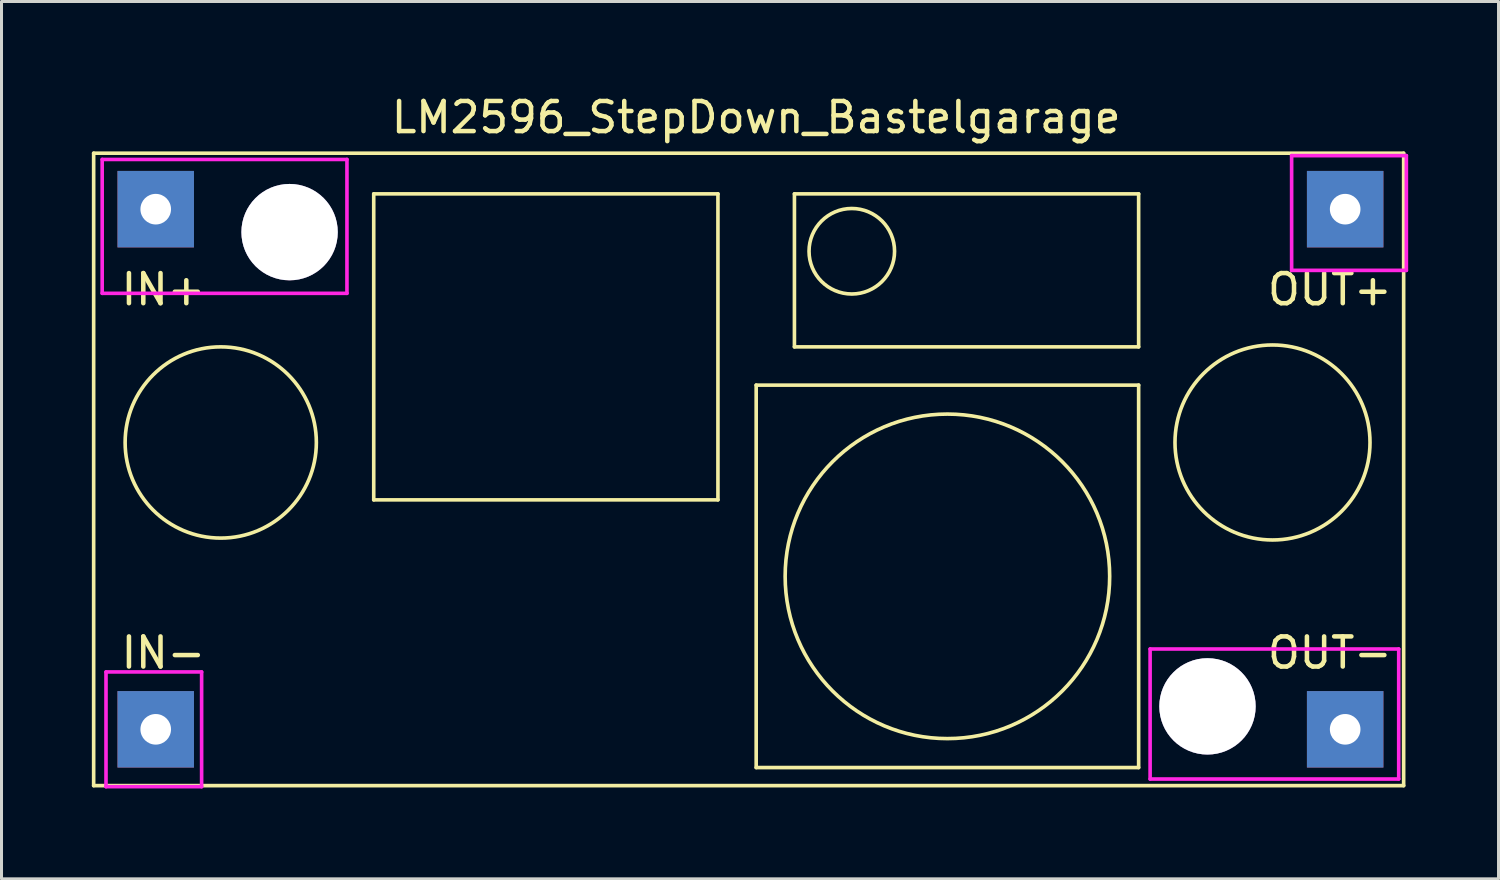
<source format=kicad_pcb>
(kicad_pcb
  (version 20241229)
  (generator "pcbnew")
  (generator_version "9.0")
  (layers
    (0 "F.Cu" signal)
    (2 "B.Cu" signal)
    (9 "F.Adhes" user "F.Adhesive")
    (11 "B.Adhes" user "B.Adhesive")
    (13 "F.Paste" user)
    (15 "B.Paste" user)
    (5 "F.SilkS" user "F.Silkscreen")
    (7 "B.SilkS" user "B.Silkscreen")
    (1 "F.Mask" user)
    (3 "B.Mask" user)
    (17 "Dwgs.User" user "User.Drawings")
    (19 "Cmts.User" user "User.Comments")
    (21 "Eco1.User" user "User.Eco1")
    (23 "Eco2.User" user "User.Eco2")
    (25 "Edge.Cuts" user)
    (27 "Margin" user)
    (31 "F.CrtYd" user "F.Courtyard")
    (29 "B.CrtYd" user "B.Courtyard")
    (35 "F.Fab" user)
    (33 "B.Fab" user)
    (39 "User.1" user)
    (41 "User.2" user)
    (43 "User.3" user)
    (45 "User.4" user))
  (footprint "LM2596_StepDown_Bastelgarage"
    (layer "F.Cu")
    (at 22.06 12.278)
    (property "Reference" "LM2596_StepDown_Bastelgarage" (at 0 -11.43 0) (layer "F.SilkS") (effects (font (size 1 1) (thickness 0.15))))
    (attr through_hole)
    (fp_line (start -22 -10.24) (end 21.5 -10.24) (stroke (width 0.12) (type solid)) (layer "F.SilkS"))
    (fp_line (start -22 10.76) (end -22 -10.24) (stroke (width 0.12) (type solid)) (layer "F.SilkS"))
    (fp_line (start -12.7 -8.89) (end -1.27 -8.89) (stroke (width 0.12) (type solid)) (layer "F.SilkS"))
    (fp_line (start -12.7 1.27) (end -12.7 -8.89) (stroke (width 0.12) (type solid)) (layer "F.SilkS"))
    (fp_line (start -1.27 -8.89) (end -1.27 1.27) (stroke (width 0.12) (type solid)) (layer "F.SilkS"))
    (fp_line (start -1.27 1.27) (end -12.7 1.27) (stroke (width 0.12) (type solid)) (layer "F.SilkS"))
    (fp_line (start 0 -2.54) (end 0 10.16) (stroke (width 0.12) (type solid)) (layer "F.SilkS"))
    (fp_line (start 0 -2.54) (end 12.7 -2.54) (stroke (width 0.12) (type solid)) (layer "F.SilkS"))
    (fp_line (start 0 10.16) (end 12.7 10.16) (stroke (width 0.12) (type solid)) (layer "F.SilkS"))
    (fp_line (start 1.27 -8.89) (end 12.7 -8.89) (stroke (width 0.12) (type solid)) (layer "F.SilkS"))
    (fp_line (start 1.27 -3.81) (end 1.27 -8.89) (stroke (width 0.12) (type solid)) (layer "F.SilkS"))
    (fp_line (start 12.7 -8.89) (end 12.7 -3.81) (stroke (width 0.12) (type solid)) (layer "F.SilkS"))
    (fp_line (start 12.7 -3.81) (end 1.27 -3.81) (stroke (width 0.12) (type solid)) (layer "F.SilkS"))
    (fp_line (start 12.7 10.16) (end 12.7 -2.54) (stroke (width 0.12) (type solid)) (layer "F.SilkS"))
    (fp_line (start 21.5 -10.24) (end 21.5 10.76) (stroke (width 0.12) (type solid)) (layer "F.SilkS"))
    (fp_line (start 21.5 10.76) (end -22 10.76) (stroke (width 0.12) (type solid)) (layer "F.SilkS"))
    (fp_circle (center -17.78 -0.635) (end -15.24 -2.54) (stroke (width 0.12) (type solid)) (fill no) (layer "F.SilkS"))
    (fp_circle (center 3.175 -6.985) (end 1.905 -7.62) (stroke (width 0.12) (type solid)) (fill no) (layer "F.SilkS"))
    (fp_circle (center 6.35 3.81) (end 10.16 0) (stroke (width 0.12) (type solid)) (fill no) (layer "F.SilkS"))
    (fp_circle (center 17.145 -0.635) (end 16.51 -3.81) (stroke (width 0.12) (type solid)) (fill no) (layer "F.SilkS"))
    (fp_line (start -21.717 -10.033) (end -13.589 -10.033) (stroke (width 0.12) (type solid)) (layer "F.CrtYd"))
    (fp_line (start -21.717 -5.588) (end -21.717 -10.033) (stroke (width 0.12) (type solid)) (layer "F.CrtYd"))
    (fp_line (start -21.59 6.985) (end -18.415 6.985) (stroke (width 0.12) (type solid)) (layer "F.CrtYd"))
    (fp_line (start -21.59 10.795) (end -21.59 6.985) (stroke (width 0.12) (type solid)) (layer "F.CrtYd"))
    (fp_line (start -18.415 6.985) (end -18.415 10.795) (stroke (width 0.12) (type solid)) (layer "F.CrtYd"))
    (fp_line (start -18.415 10.795) (end -21.59 10.795) (stroke (width 0.12) (type solid)) (layer "F.CrtYd"))
    (fp_line (start -13.589 -10.033) (end -13.589 -5.588) (stroke (width 0.12) (type solid)) (layer "F.CrtYd"))
    (fp_line (start -13.589 -5.588) (end -21.717 -5.588) (stroke (width 0.12) (type solid)) (layer "F.CrtYd"))
    (fp_line (start 13.081 6.223) (end 21.336 6.223) (stroke (width 0.12) (type solid)) (layer "F.CrtYd"))
    (fp_line (start 13.081 10.541) (end 13.081 6.223) (stroke (width 0.12) (type solid)) (layer "F.CrtYd"))
    (fp_line (start 17.78 -10.16) (end 17.78 -6.35) (stroke (width 0.12) (type solid)) (layer "F.CrtYd"))
    (fp_line (start 17.78 -6.35) (end 21.59 -6.35) (stroke (width 0.12) (type solid)) (layer "F.CrtYd"))
    (fp_line (start 21.336 6.223) (end 21.336 10.541) (stroke (width 0.12) (type solid)) (layer "F.CrtYd"))
    (fp_line (start 21.336 10.541) (end 13.081 10.541) (stroke (width 0.12) (type solid)) (layer "F.CrtYd"))
    (fp_line (start 21.59 -10.16) (end 17.78 -10.16) (stroke (width 0.12) (type solid)) (layer "F.CrtYd"))
    (fp_line (start 21.59 -6.35) (end 21.59 -10.16) (stroke (width 0.12) (type solid)) (layer "F.CrtYd"))
    (fp_text user "OUT+" (at 19.05 -5.715 0) (layer "F.SilkS") (effects (font (size 1 1) (thickness 0.15))))
    (fp_text user "OUT-" (at 19.05 6.35 0) (layer "F.SilkS") (effects (font (size 1 1) (thickness 0.15))))
    (fp_text user "IN-" (at -19.685 6.35 0) (layer "F.SilkS") (effects (font (size 1 1) (thickness 0.15))))
    (fp_text user "IN+" (at -19.685 -5.715 0) (layer "F.SilkS") (effects (font (size 1 1) (thickness 0.15))))
    (pad "" thru_hole circle (at -15.494 -7.62) (size 3.2 3.2) (drill 3.2) (layers "*.Cu" "*.Mask"))
    (pad "" thru_hole circle (at 14.986 8.128) (size 3.2 3.2) (drill 3.2) (layers "*.Cu" "*.Mask"))
    (pad "1" thru_hole rect (at -19.939 -8.382) (size 2.54 2.54) (drill 1.016) (layers "*.Cu" "*.Mask"))
    (pad "2" thru_hole rect (at -19.939 8.89) (size 2.54 2.54) (drill 1.016) (layers "*.Cu" "*.Mask"))
    (pad "3" thru_hole rect (at 19.558 8.89) (size 2.54 2.54) (drill 1.016) (layers "*.Cu" "*.Mask"))
    (pad "4" thru_hole rect (at 19.558 -8.382) (size 2.54 2.54) (drill 1.016) (layers "*.Cu" "*.Mask")))
  (gr_rect
    (start -3 -3)
    (end 46.71 26.133)
    (stroke (width 0.1) (type default))
    (fill no)
    (layer "Edge.Cuts")))
</source>
